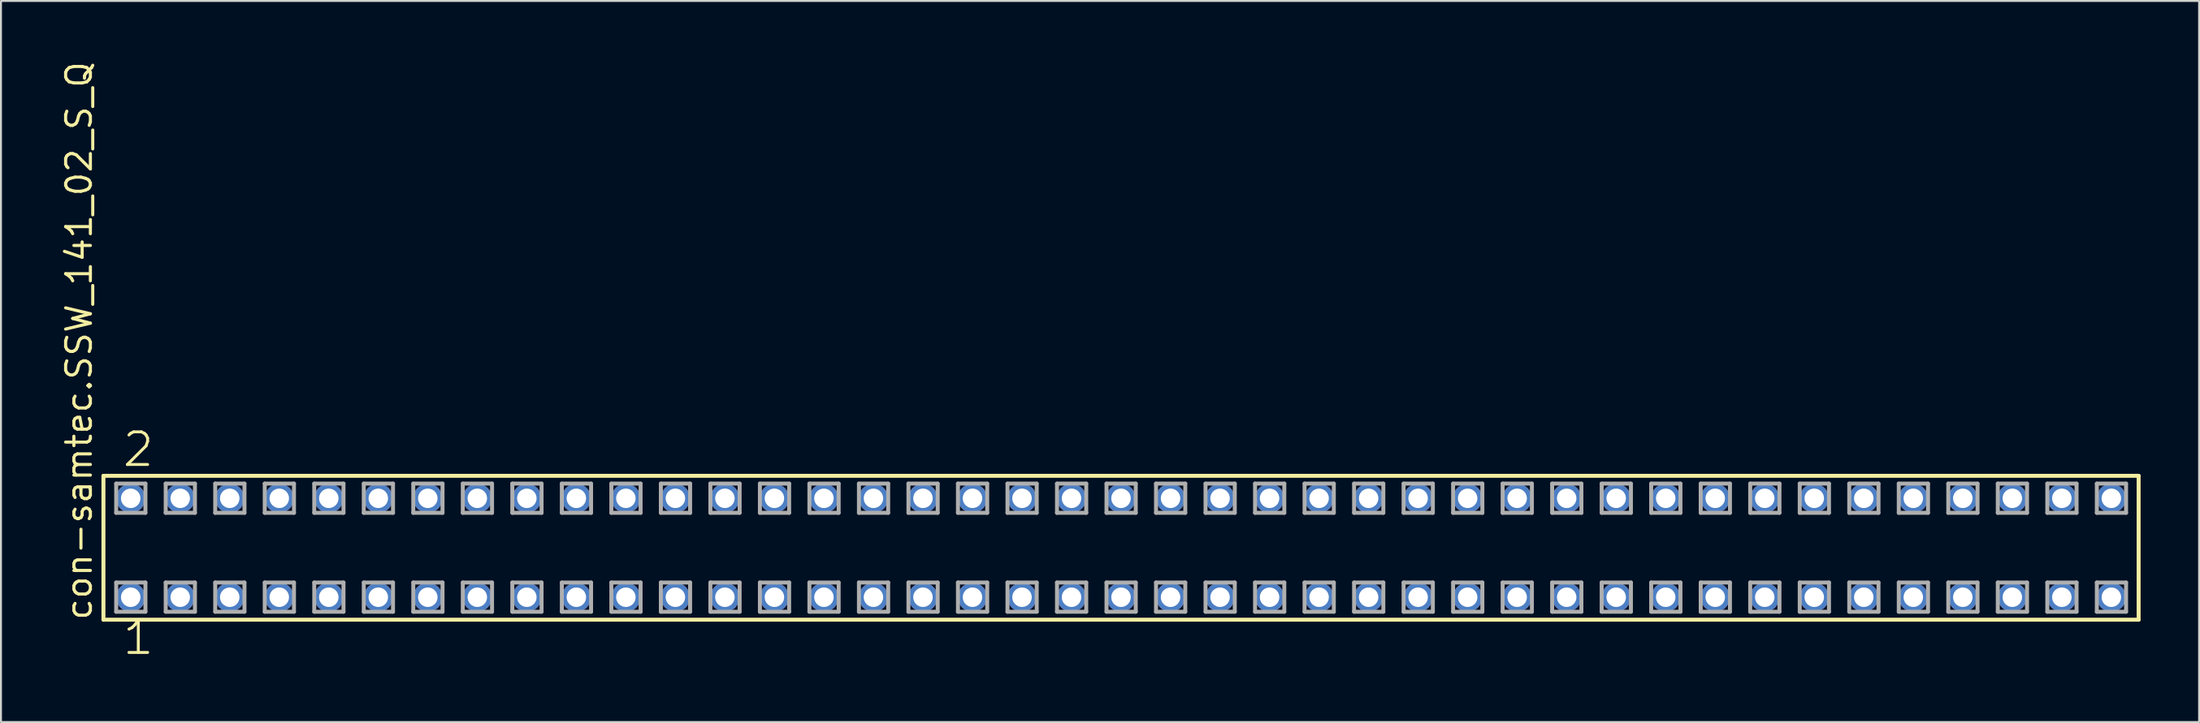
<source format=kicad_pcb>
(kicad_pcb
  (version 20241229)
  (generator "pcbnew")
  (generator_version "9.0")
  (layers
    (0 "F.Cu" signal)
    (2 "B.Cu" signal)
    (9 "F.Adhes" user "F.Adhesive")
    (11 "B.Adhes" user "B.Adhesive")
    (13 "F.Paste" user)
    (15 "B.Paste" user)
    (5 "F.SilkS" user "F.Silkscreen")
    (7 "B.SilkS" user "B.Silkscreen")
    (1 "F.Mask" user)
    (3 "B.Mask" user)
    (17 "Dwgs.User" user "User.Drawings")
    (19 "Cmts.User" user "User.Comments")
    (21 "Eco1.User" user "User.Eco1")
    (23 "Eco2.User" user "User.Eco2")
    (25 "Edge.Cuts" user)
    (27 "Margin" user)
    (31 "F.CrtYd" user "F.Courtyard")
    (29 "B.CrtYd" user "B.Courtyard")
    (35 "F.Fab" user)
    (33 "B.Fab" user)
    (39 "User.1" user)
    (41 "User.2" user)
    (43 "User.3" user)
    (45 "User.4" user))
  (footprint "con-samtec.SSW_141_02_S_Q"
    (layer "F.Cu")
    (at 54.455 25.082)
    (property "Reference" "con-samtec.SSW_141_02_S_Q" (at -52.705 3.81 90) (layer "F.SilkS") (effects (font (size 1.27 1.27) (thickness 0.16)) (justify left bottom)))
    (attr through_hole)
    (fp_line (start -52.199 -3.695) (end 52.199 -3.695) (stroke (width 0.203) (type default)) (layer "F.SilkS"))
    (fp_line (start -52.199 3.695) (end -52.199 -3.695) (stroke (width 0.203) (type default)) (layer "F.SilkS"))
    (fp_line (start 52.199 -3.695) (end 52.199 3.695) (stroke (width 0.203) (type default)) (layer "F.SilkS"))
    (fp_line (start 52.199 3.695) (end -52.199 3.695) (stroke (width 0.203) (type default)) (layer "F.SilkS"))
    (fp_line (start -51.545 -3.295) (end -50.045 -3.295) (stroke (width 0.203) (type default)) (layer "F.Fab"))
    (fp_line (start -51.545 -1.795) (end -51.545 -3.295) (stroke (width 0.203) (type default)) (layer "F.Fab"))
    (fp_line (start -51.545 1.785) (end -50.045 1.785) (stroke (width 0.203) (type default)) (layer "F.Fab"))
    (fp_line (start -51.545 3.285) (end -51.545 1.785) (stroke (width 0.203) (type default)) (layer "F.Fab"))
    (fp_line (start -50.045 -3.295) (end -50.045 -1.795) (stroke (width 0.203) (type default)) (layer "F.Fab"))
    (fp_line (start -50.045 -1.795) (end -51.545 -1.795) (stroke (width 0.203) (type default)) (layer "F.Fab"))
    (fp_line (start -50.045 1.785) (end -50.045 3.285) (stroke (width 0.203) (type default)) (layer "F.Fab"))
    (fp_line (start -50.045 3.285) (end -51.545 3.285) (stroke (width 0.203) (type default)) (layer "F.Fab"))
    (fp_line (start -49.005 -3.295) (end -47.505 -3.295) (stroke (width 0.203) (type default)) (layer "F.Fab"))
    (fp_line (start -49.005 -1.795) (end -49.005 -3.295) (stroke (width 0.203) (type default)) (layer "F.Fab"))
    (fp_line (start -49.005 1.785) (end -47.505 1.785) (stroke (width 0.203) (type default)) (layer "F.Fab"))
    (fp_line (start -49.005 3.285) (end -49.005 1.785) (stroke (width 0.203) (type default)) (layer "F.Fab"))
    (fp_line (start -47.505 -3.295) (end -47.505 -1.795) (stroke (width 0.203) (type default)) (layer "F.Fab"))
    (fp_line (start -47.505 -1.795) (end -49.005 -1.795) (stroke (width 0.203) (type default)) (layer "F.Fab"))
    (fp_line (start -47.505 1.785) (end -47.505 3.285) (stroke (width 0.203) (type default)) (layer "F.Fab"))
    (fp_line (start -47.505 3.285) (end -49.005 3.285) (stroke (width 0.203) (type default)) (layer "F.Fab"))
    (fp_line (start -46.465 -3.295) (end -44.965 -3.295) (stroke (width 0.203) (type default)) (layer "F.Fab"))
    (fp_line (start -46.465 -1.795) (end -46.465 -3.295) (stroke (width 0.203) (type default)) (layer "F.Fab"))
    (fp_line (start -46.465 1.785) (end -44.965 1.785) (stroke (width 0.203) (type default)) (layer "F.Fab"))
    (fp_line (start -46.465 3.285) (end -46.465 1.785) (stroke (width 0.203) (type default)) (layer "F.Fab"))
    (fp_line (start -44.965 -3.295) (end -44.965 -1.795) (stroke (width 0.203) (type default)) (layer "F.Fab"))
    (fp_line (start -44.965 -1.795) (end -46.465 -1.795) (stroke (width 0.203) (type default)) (layer "F.Fab"))
    (fp_line (start -44.965 1.785) (end -44.965 3.285) (stroke (width 0.203) (type default)) (layer "F.Fab"))
    (fp_line (start -44.965 3.285) (end -46.465 3.285) (stroke (width 0.203) (type default)) (layer "F.Fab"))
    (fp_line (start -43.925 -3.295) (end -42.425 -3.295) (stroke (width 0.203) (type default)) (layer "F.Fab"))
    (fp_line (start -43.925 -1.795) (end -43.925 -3.295) (stroke (width 0.203) (type default)) (layer "F.Fab"))
    (fp_line (start -43.925 1.785) (end -42.425 1.785) (stroke (width 0.203) (type default)) (layer "F.Fab"))
    (fp_line (start -43.925 3.285) (end -43.925 1.785) (stroke (width 0.203) (type default)) (layer "F.Fab"))
    (fp_line (start -42.425 -3.295) (end -42.425 -1.795) (stroke (width 0.203) (type default)) (layer "F.Fab"))
    (fp_line (start -42.425 -1.795) (end -43.925 -1.795) (stroke (width 0.203) (type default)) (layer "F.Fab"))
    (fp_line (start -42.425 1.785) (end -42.425 3.285) (stroke (width 0.203) (type default)) (layer "F.Fab"))
    (fp_line (start -42.425 3.285) (end -43.925 3.285) (stroke (width 0.203) (type default)) (layer "F.Fab"))
    (fp_line (start -41.385 -3.295) (end -39.885 -3.295) (stroke (width 0.203) (type default)) (layer "F.Fab"))
    (fp_line (start -41.385 -1.795) (end -41.385 -3.295) (stroke (width 0.203) (type default)) (layer "F.Fab"))
    (fp_line (start -41.385 1.785) (end -39.885 1.785) (stroke (width 0.203) (type default)) (layer "F.Fab"))
    (fp_line (start -41.385 3.285) (end -41.385 1.785) (stroke (width 0.203) (type default)) (layer "F.Fab"))
    (fp_line (start -39.885 -3.295) (end -39.885 -1.795) (stroke (width 0.203) (type default)) (layer "F.Fab"))
    (fp_line (start -39.885 -1.795) (end -41.385 -1.795) (stroke (width 0.203) (type default)) (layer "F.Fab"))
    (fp_line (start -39.885 1.785) (end -39.885 3.285) (stroke (width 0.203) (type default)) (layer "F.Fab"))
    (fp_line (start -39.885 3.285) (end -41.385 3.285) (stroke (width 0.203) (type default)) (layer "F.Fab"))
    (fp_line (start -38.845 -3.295) (end -37.345 -3.295) (stroke (width 0.203) (type default)) (layer "F.Fab"))
    (fp_line (start -38.845 -1.795) (end -38.845 -3.295) (stroke (width 0.203) (type default)) (layer "F.Fab"))
    (fp_line (start -38.845 1.785) (end -37.345 1.785) (stroke (width 0.203) (type default)) (layer "F.Fab"))
    (fp_line (start -38.845 3.285) (end -38.845 1.785) (stroke (width 0.203) (type default)) (layer "F.Fab"))
    (fp_line (start -37.345 -3.295) (end -37.345 -1.795) (stroke (width 0.203) (type default)) (layer "F.Fab"))
    (fp_line (start -37.345 -1.795) (end -38.845 -1.795) (stroke (width 0.203) (type default)) (layer "F.Fab"))
    (fp_line (start -37.345 1.785) (end -37.345 3.285) (stroke (width 0.203) (type default)) (layer "F.Fab"))
    (fp_line (start -37.345 3.285) (end -38.845 3.285) (stroke (width 0.203) (type default)) (layer "F.Fab"))
    (fp_line (start -36.305 -3.295) (end -34.805 -3.295) (stroke (width 0.203) (type default)) (layer "F.Fab"))
    (fp_line (start -36.305 -1.795) (end -36.305 -3.295) (stroke (width 0.203) (type default)) (layer "F.Fab"))
    (fp_line (start -36.305 1.785) (end -34.805 1.785) (stroke (width 0.203) (type default)) (layer "F.Fab"))
    (fp_line (start -36.305 3.285) (end -36.305 1.785) (stroke (width 0.203) (type default)) (layer "F.Fab"))
    (fp_line (start -34.805 -3.295) (end -34.805 -1.795) (stroke (width 0.203) (type default)) (layer "F.Fab"))
    (fp_line (start -34.805 -1.795) (end -36.305 -1.795) (stroke (width 0.203) (type default)) (layer "F.Fab"))
    (fp_line (start -34.805 1.785) (end -34.805 3.285) (stroke (width 0.203) (type default)) (layer "F.Fab"))
    (fp_line (start -34.805 3.285) (end -36.305 3.285) (stroke (width 0.203) (type default)) (layer "F.Fab"))
    (fp_line (start -33.765 -3.295) (end -32.265 -3.295) (stroke (width 0.203) (type default)) (layer "F.Fab"))
    (fp_line (start -33.765 -1.795) (end -33.765 -3.295) (stroke (width 0.203) (type default)) (layer "F.Fab"))
    (fp_line (start -33.765 1.785) (end -32.265 1.785) (stroke (width 0.203) (type default)) (layer "F.Fab"))
    (fp_line (start -33.765 3.285) (end -33.765 1.785) (stroke (width 0.203) (type default)) (layer "F.Fab"))
    (fp_line (start -32.265 -3.295) (end -32.265 -1.795) (stroke (width 0.203) (type default)) (layer "F.Fab"))
    (fp_line (start -32.265 -1.795) (end -33.765 -1.795) (stroke (width 0.203) (type default)) (layer "F.Fab"))
    (fp_line (start -32.265 1.785) (end -32.265 3.285) (stroke (width 0.203) (type default)) (layer "F.Fab"))
    (fp_line (start -32.265 3.285) (end -33.765 3.285) (stroke (width 0.203) (type default)) (layer "F.Fab"))
    (fp_line (start -31.225 -3.295) (end -29.725 -3.295) (stroke (width 0.203) (type default)) (layer "F.Fab"))
    (fp_line (start -31.225 -1.795) (end -31.225 -3.295) (stroke (width 0.203) (type default)) (layer "F.Fab"))
    (fp_line (start -31.225 1.785) (end -29.725 1.785) (stroke (width 0.203) (type default)) (layer "F.Fab"))
    (fp_line (start -31.225 3.285) (end -31.225 1.785) (stroke (width 0.203) (type default)) (layer "F.Fab"))
    (fp_line (start -29.725 -3.295) (end -29.725 -1.795) (stroke (width 0.203) (type default)) (layer "F.Fab"))
    (fp_line (start -29.725 -1.795) (end -31.225 -1.795) (stroke (width 0.203) (type default)) (layer "F.Fab"))
    (fp_line (start -29.725 1.785) (end -29.725 3.285) (stroke (width 0.203) (type default)) (layer "F.Fab"))
    (fp_line (start -29.725 3.285) (end -31.225 3.285) (stroke (width 0.203) (type default)) (layer "F.Fab"))
    (fp_line (start -28.685 -3.295) (end -27.185 -3.295) (stroke (width 0.203) (type default)) (layer "F.Fab"))
    (fp_line (start -28.685 -1.795) (end -28.685 -3.295) (stroke (width 0.203) (type default)) (layer "F.Fab"))
    (fp_line (start -28.685 1.785) (end -27.185 1.785) (stroke (width 0.203) (type default)) (layer "F.Fab"))
    (fp_line (start -28.685 3.285) (end -28.685 1.785) (stroke (width 0.203) (type default)) (layer "F.Fab"))
    (fp_line (start -27.185 -3.295) (end -27.185 -1.795) (stroke (width 0.203) (type default)) (layer "F.Fab"))
    (fp_line (start -27.185 -1.795) (end -28.685 -1.795) (stroke (width 0.203) (type default)) (layer "F.Fab"))
    (fp_line (start -27.185 1.785) (end -27.185 3.285) (stroke (width 0.203) (type default)) (layer "F.Fab"))
    (fp_line (start -27.185 3.285) (end -28.685 3.285) (stroke (width 0.203) (type default)) (layer "F.Fab"))
    (fp_line (start -26.145 -3.295) (end -24.645 -3.295) (stroke (width 0.203) (type default)) (layer "F.Fab"))
    (fp_line (start -26.145 -1.795) (end -26.145 -3.295) (stroke (width 0.203) (type default)) (layer "F.Fab"))
    (fp_line (start -26.145 1.785) (end -24.645 1.785) (stroke (width 0.203) (type default)) (layer "F.Fab"))
    (fp_line (start -26.145 3.285) (end -26.145 1.785) (stroke (width 0.203) (type default)) (layer "F.Fab"))
    (fp_line (start -24.645 -3.295) (end -24.645 -1.795) (stroke (width 0.203) (type default)) (layer "F.Fab"))
    (fp_line (start -24.645 -1.795) (end -26.145 -1.795) (stroke (width 0.203) (type default)) (layer "F.Fab"))
    (fp_line (start -24.645 1.785) (end -24.645 3.285) (stroke (width 0.203) (type default)) (layer "F.Fab"))
    (fp_line (start -24.645 3.285) (end -26.145 3.285) (stroke (width 0.203) (type default)) (layer "F.Fab"))
    (fp_line (start -23.605 -3.295) (end -22.105 -3.295) (stroke (width 0.203) (type default)) (layer "F.Fab"))
    (fp_line (start -23.605 -1.795) (end -23.605 -3.295) (stroke (width 0.203) (type default)) (layer "F.Fab"))
    (fp_line (start -23.605 1.785) (end -22.105 1.785) (stroke (width 0.203) (type default)) (layer "F.Fab"))
    (fp_line (start -23.605 3.285) (end -23.605 1.785) (stroke (width 0.203) (type default)) (layer "F.Fab"))
    (fp_line (start -22.105 -3.295) (end -22.105 -1.795) (stroke (width 0.203) (type default)) (layer "F.Fab"))
    (fp_line (start -22.105 -1.795) (end -23.605 -1.795) (stroke (width 0.203) (type default)) (layer "F.Fab"))
    (fp_line (start -22.105 1.785) (end -22.105 3.285) (stroke (width 0.203) (type default)) (layer "F.Fab"))
    (fp_line (start -22.105 3.285) (end -23.605 3.285) (stroke (width 0.203) (type default)) (layer "F.Fab"))
    (fp_line (start -21.065 -3.295) (end -19.565 -3.295) (stroke (width 0.203) (type default)) (layer "F.Fab"))
    (fp_line (start -21.065 -1.795) (end -21.065 -3.295) (stroke (width 0.203) (type default)) (layer "F.Fab"))
    (fp_line (start -21.065 1.785) (end -19.565 1.785) (stroke (width 0.203) (type default)) (layer "F.Fab"))
    (fp_line (start -21.065 3.285) (end -21.065 1.785) (stroke (width 0.203) (type default)) (layer "F.Fab"))
    (fp_line (start -19.565 -3.295) (end -19.565 -1.795) (stroke (width 0.203) (type default)) (layer "F.Fab"))
    (fp_line (start -19.565 -1.795) (end -21.065 -1.795) (stroke (width 0.203) (type default)) (layer "F.Fab"))
    (fp_line (start -19.565 1.785) (end -19.565 3.285) (stroke (width 0.203) (type default)) (layer "F.Fab"))
    (fp_line (start -19.565 3.285) (end -21.065 3.285) (stroke (width 0.203) (type default)) (layer "F.Fab"))
    (fp_line (start -18.525 -3.295) (end -17.025 -3.295) (stroke (width 0.203) (type default)) (layer "F.Fab"))
    (fp_line (start -18.525 -1.795) (end -18.525 -3.295) (stroke (width 0.203) (type default)) (layer "F.Fab"))
    (fp_line (start -18.525 1.785) (end -17.025 1.785) (stroke (width 0.203) (type default)) (layer "F.Fab"))
    (fp_line (start -18.525 3.285) (end -18.525 1.785) (stroke (width 0.203) (type default)) (layer "F.Fab"))
    (fp_line (start -17.025 -3.295) (end -17.025 -1.795) (stroke (width 0.203) (type default)) (layer "F.Fab"))
    (fp_line (start -17.025 -1.795) (end -18.525 -1.795) (stroke (width 0.203) (type default)) (layer "F.Fab"))
    (fp_line (start -17.025 1.785) (end -17.025 3.285) (stroke (width 0.203) (type default)) (layer "F.Fab"))
    (fp_line (start -17.025 3.285) (end -18.525 3.285) (stroke (width 0.203) (type default)) (layer "F.Fab"))
    (fp_line (start -15.985 -3.295) (end -14.485 -3.295) (stroke (width 0.203) (type default)) (layer "F.Fab"))
    (fp_line (start -15.985 -1.795) (end -15.985 -3.295) (stroke (width 0.203) (type default)) (layer "F.Fab"))
    (fp_line (start -15.985 1.785) (end -14.485 1.785) (stroke (width 0.203) (type default)) (layer "F.Fab"))
    (fp_line (start -15.985 3.285) (end -15.985 1.785) (stroke (width 0.203) (type default)) (layer "F.Fab"))
    (fp_line (start -14.485 -3.295) (end -14.485 -1.795) (stroke (width 0.203) (type default)) (layer "F.Fab"))
    (fp_line (start -14.485 -1.795) (end -15.985 -1.795) (stroke (width 0.203) (type default)) (layer "F.Fab"))
    (fp_line (start -14.485 1.785) (end -14.485 3.285) (stroke (width 0.203) (type default)) (layer "F.Fab"))
    (fp_line (start -14.485 3.285) (end -15.985 3.285) (stroke (width 0.203) (type default)) (layer "F.Fab"))
    (fp_line (start -13.445 -3.295) (end -11.945 -3.295) (stroke (width 0.203) (type default)) (layer "F.Fab"))
    (fp_line (start -13.445 -1.795) (end -13.445 -3.295) (stroke (width 0.203) (type default)) (layer "F.Fab"))
    (fp_line (start -13.445 1.785) (end -11.945 1.785) (stroke (width 0.203) (type default)) (layer "F.Fab"))
    (fp_line (start -13.445 3.285) (end -13.445 1.785) (stroke (width 0.203) (type default)) (layer "F.Fab"))
    (fp_line (start -11.945 -3.295) (end -11.945 -1.795) (stroke (width 0.203) (type default)) (layer "F.Fab"))
    (fp_line (start -11.945 -1.795) (end -13.445 -1.795) (stroke (width 0.203) (type default)) (layer "F.Fab"))
    (fp_line (start -11.945 1.785) (end -11.945 3.285) (stroke (width 0.203) (type default)) (layer "F.Fab"))
    (fp_line (start -11.945 3.285) (end -13.445 3.285) (stroke (width 0.203) (type default)) (layer "F.Fab"))
    (fp_line (start -10.905 -3.295) (end -9.405 -3.295) (stroke (width 0.203) (type default)) (layer "F.Fab"))
    (fp_line (start -10.905 -1.795) (end -10.905 -3.295) (stroke (width 0.203) (type default)) (layer "F.Fab"))
    (fp_line (start -10.905 1.785) (end -9.405 1.785) (stroke (width 0.203) (type default)) (layer "F.Fab"))
    (fp_line (start -10.905 3.285) (end -10.905 1.785) (stroke (width 0.203) (type default)) (layer "F.Fab"))
    (fp_line (start -9.405 -3.295) (end -9.405 -1.795) (stroke (width 0.203) (type default)) (layer "F.Fab"))
    (fp_line (start -9.405 -1.795) (end -10.905 -1.795) (stroke (width 0.203) (type default)) (layer "F.Fab"))
    (fp_line (start -9.405 1.785) (end -9.405 3.285) (stroke (width 0.203) (type default)) (layer "F.Fab"))
    (fp_line (start -9.405 3.285) (end -10.905 3.285) (stroke (width 0.203) (type default)) (layer "F.Fab"))
    (fp_line (start -8.365 -3.295) (end -6.865 -3.295) (stroke (width 0.203) (type default)) (layer "F.Fab"))
    (fp_line (start -8.365 -1.795) (end -8.365 -3.295) (stroke (width 0.203) (type default)) (layer "F.Fab"))
    (fp_line (start -8.365 1.785) (end -6.865 1.785) (stroke (width 0.203) (type default)) (layer "F.Fab"))
    (fp_line (start -8.365 3.285) (end -8.365 1.785) (stroke (width 0.203) (type default)) (layer "F.Fab"))
    (fp_line (start -6.865 -3.295) (end -6.865 -1.795) (stroke (width 0.203) (type default)) (layer "F.Fab"))
    (fp_line (start -6.865 -1.795) (end -8.365 -1.795) (stroke (width 0.203) (type default)) (layer "F.Fab"))
    (fp_line (start -6.865 1.785) (end -6.865 3.285) (stroke (width 0.203) (type default)) (layer "F.Fab"))
    (fp_line (start -6.865 3.285) (end -8.365 3.285) (stroke (width 0.203) (type default)) (layer "F.Fab"))
    (fp_line (start -5.825 -3.295) (end -4.325 -3.295) (stroke (width 0.203) (type default)) (layer "F.Fab"))
    (fp_line (start -5.825 -1.795) (end -5.825 -3.295) (stroke (width 0.203) (type default)) (layer "F.Fab"))
    (fp_line (start -5.825 1.785) (end -4.325 1.785) (stroke (width 0.203) (type default)) (layer "F.Fab"))
    (fp_line (start -5.825 3.285) (end -5.825 1.785) (stroke (width 0.203) (type default)) (layer "F.Fab"))
    (fp_line (start -4.325 -3.295) (end -4.325 -1.795) (stroke (width 0.203) (type default)) (layer "F.Fab"))
    (fp_line (start -4.325 -1.795) (end -5.825 -1.795) (stroke (width 0.203) (type default)) (layer "F.Fab"))
    (fp_line (start -4.325 1.785) (end -4.325 3.285) (stroke (width 0.203) (type default)) (layer "F.Fab"))
    (fp_line (start -4.325 3.285) (end -5.825 3.285) (stroke (width 0.203) (type default)) (layer "F.Fab"))
    (fp_line (start -3.285 -3.295) (end -1.785 -3.295) (stroke (width 0.203) (type default)) (layer "F.Fab"))
    (fp_line (start -3.285 -1.795) (end -3.285 -3.295) (stroke (width 0.203) (type default)) (layer "F.Fab"))
    (fp_line (start -3.285 1.785) (end -1.785 1.785) (stroke (width 0.203) (type default)) (layer "F.Fab"))
    (fp_line (start -3.285 3.285) (end -3.285 1.785) (stroke (width 0.203) (type default)) (layer "F.Fab"))
    (fp_line (start -1.785 -3.295) (end -1.785 -1.795) (stroke (width 0.203) (type default)) (layer "F.Fab"))
    (fp_line (start -1.785 -1.795) (end -3.285 -1.795) (stroke (width 0.203) (type default)) (layer "F.Fab"))
    (fp_line (start -1.785 1.785) (end -1.785 3.285) (stroke (width 0.203) (type default)) (layer "F.Fab"))
    (fp_line (start -1.785 3.285) (end -3.285 3.285) (stroke (width 0.203) (type default)) (layer "F.Fab"))
    (fp_line (start -0.745 -3.295) (end 0.755 -3.295) (stroke (width 0.203) (type default)) (layer "F.Fab"))
    (fp_line (start -0.745 -1.795) (end -0.745 -3.295) (stroke (width 0.203) (type default)) (layer "F.Fab"))
    (fp_line (start -0.745 1.785) (end 0.755 1.785) (stroke (width 0.203) (type default)) (layer "F.Fab"))
    (fp_line (start -0.745 3.285) (end -0.745 1.785) (stroke (width 0.203) (type default)) (layer "F.Fab"))
    (fp_line (start 0.755 -3.295) (end 0.755 -1.795) (stroke (width 0.203) (type default)) (layer "F.Fab"))
    (fp_line (start 0.755 -1.795) (end -0.745 -1.795) (stroke (width 0.203) (type default)) (layer "F.Fab"))
    (fp_line (start 0.755 1.785) (end 0.755 3.285) (stroke (width 0.203) (type default)) (layer "F.Fab"))
    (fp_line (start 0.755 3.285) (end -0.745 3.285) (stroke (width 0.203) (type default)) (layer "F.Fab"))
    (fp_line (start 1.795 -3.295) (end 3.295 -3.295) (stroke (width 0.203) (type default)) (layer "F.Fab"))
    (fp_line (start 1.795 -1.795) (end 1.795 -3.295) (stroke (width 0.203) (type default)) (layer "F.Fab"))
    (fp_line (start 1.795 1.785) (end 3.295 1.785) (stroke (width 0.203) (type default)) (layer "F.Fab"))
    (fp_line (start 1.795 3.285) (end 1.795 1.785) (stroke (width 0.203) (type default)) (layer "F.Fab"))
    (fp_line (start 3.295 -3.295) (end 3.295 -1.795) (stroke (width 0.203) (type default)) (layer "F.Fab"))
    (fp_line (start 3.295 -1.795) (end 1.795 -1.795) (stroke (width 0.203) (type default)) (layer "F.Fab"))
    (fp_line (start 3.295 1.785) (end 3.295 3.285) (stroke (width 0.203) (type default)) (layer "F.Fab"))
    (fp_line (start 3.295 3.285) (end 1.795 3.285) (stroke (width 0.203) (type default)) (layer "F.Fab"))
    (fp_line (start 4.335 -3.295) (end 5.835 -3.295) (stroke (width 0.203) (type default)) (layer "F.Fab"))
    (fp_line (start 4.335 -1.795) (end 4.335 -3.295) (stroke (width 0.203) (type default)) (layer "F.Fab"))
    (fp_line (start 4.335 1.785) (end 5.835 1.785) (stroke (width 0.203) (type default)) (layer "F.Fab"))
    (fp_line (start 4.335 3.285) (end 4.335 1.785) (stroke (width 0.203) (type default)) (layer "F.Fab"))
    (fp_line (start 5.835 -3.295) (end 5.835 -1.795) (stroke (width 0.203) (type default)) (layer "F.Fab"))
    (fp_line (start 5.835 -1.795) (end 4.335 -1.795) (stroke (width 0.203) (type default)) (layer "F.Fab"))
    (fp_line (start 5.835 1.785) (end 5.835 3.285) (stroke (width 0.203) (type default)) (layer "F.Fab"))
    (fp_line (start 5.835 3.285) (end 4.335 3.285) (stroke (width 0.203) (type default)) (layer "F.Fab"))
    (fp_line (start 6.875 -3.295) (end 8.375 -3.295) (stroke (width 0.203) (type default)) (layer "F.Fab"))
    (fp_line (start 6.875 -1.795) (end 6.875 -3.295) (stroke (width 0.203) (type default)) (layer "F.Fab"))
    (fp_line (start 6.875 1.785) (end 8.375 1.785) (stroke (width 0.203) (type default)) (layer "F.Fab"))
    (fp_line (start 6.875 3.285) (end 6.875 1.785) (stroke (width 0.203) (type default)) (layer "F.Fab"))
    (fp_line (start 8.375 -3.295) (end 8.375 -1.795) (stroke (width 0.203) (type default)) (layer "F.Fab"))
    (fp_line (start 8.375 -1.795) (end 6.875 -1.795) (stroke (width 0.203) (type default)) (layer "F.Fab"))
    (fp_line (start 8.375 1.785) (end 8.375 3.285) (stroke (width 0.203) (type default)) (layer "F.Fab"))
    (fp_line (start 8.375 3.285) (end 6.875 3.285) (stroke (width 0.203) (type default)) (layer "F.Fab"))
    (fp_line (start 9.415 -3.295) (end 10.915 -3.295) (stroke (width 0.203) (type default)) (layer "F.Fab"))
    (fp_line (start 9.415 -1.795) (end 9.415 -3.295) (stroke (width 0.203) (type default)) (layer "F.Fab"))
    (fp_line (start 9.415 1.785) (end 10.915 1.785) (stroke (width 0.203) (type default)) (layer "F.Fab"))
    (fp_line (start 9.415 3.285) (end 9.415 1.785) (stroke (width 0.203) (type default)) (layer "F.Fab"))
    (fp_line (start 10.915 -3.295) (end 10.915 -1.795) (stroke (width 0.203) (type default)) (layer "F.Fab"))
    (fp_line (start 10.915 -1.795) (end 9.415 -1.795) (stroke (width 0.203) (type default)) (layer "F.Fab"))
    (fp_line (start 10.915 1.785) (end 10.915 3.285) (stroke (width 0.203) (type default)) (layer "F.Fab"))
    (fp_line (start 10.915 3.285) (end 9.415 3.285) (stroke (width 0.203) (type default)) (layer "F.Fab"))
    (fp_line (start 11.955 -3.295) (end 13.455 -3.295) (stroke (width 0.203) (type default)) (layer "F.Fab"))
    (fp_line (start 11.955 -1.795) (end 11.955 -3.295) (stroke (width 0.203) (type default)) (layer "F.Fab"))
    (fp_line (start 11.955 1.785) (end 13.455 1.785) (stroke (width 0.203) (type default)) (layer "F.Fab"))
    (fp_line (start 11.955 3.285) (end 11.955 1.785) (stroke (width 0.203) (type default)) (layer "F.Fab"))
    (fp_line (start 13.455 -3.295) (end 13.455 -1.795) (stroke (width 0.203) (type default)) (layer "F.Fab"))
    (fp_line (start 13.455 -1.795) (end 11.955 -1.795) (stroke (width 0.203) (type default)) (layer "F.Fab"))
    (fp_line (start 13.455 1.785) (end 13.455 3.285) (stroke (width 0.203) (type default)) (layer "F.Fab"))
    (fp_line (start 13.455 3.285) (end 11.955 3.285) (stroke (width 0.203) (type default)) (layer "F.Fab"))
    (fp_line (start 14.495 -3.295) (end 15.995 -3.295) (stroke (width 0.203) (type default)) (layer "F.Fab"))
    (fp_line (start 14.495 -1.795) (end 14.495 -3.295) (stroke (width 0.203) (type default)) (layer "F.Fab"))
    (fp_line (start 14.495 1.785) (end 15.995 1.785) (stroke (width 0.203) (type default)) (layer "F.Fab"))
    (fp_line (start 14.495 3.285) (end 14.495 1.785) (stroke (width 0.203) (type default)) (layer "F.Fab"))
    (fp_line (start 15.995 -3.295) (end 15.995 -1.795) (stroke (width 0.203) (type default)) (layer "F.Fab"))
    (fp_line (start 15.995 -1.795) (end 14.495 -1.795) (stroke (width 0.203) (type default)) (layer "F.Fab"))
    (fp_line (start 15.995 1.785) (end 15.995 3.285) (stroke (width 0.203) (type default)) (layer "F.Fab"))
    (fp_line (start 15.995 3.285) (end 14.495 3.285) (stroke (width 0.203) (type default)) (layer "F.Fab"))
    (fp_line (start 17.035 -3.295) (end 18.535 -3.295) (stroke (width 0.203) (type default)) (layer "F.Fab"))
    (fp_line (start 17.035 -1.795) (end 17.035 -3.295) (stroke (width 0.203) (type default)) (layer "F.Fab"))
    (fp_line (start 17.035 1.785) (end 18.535 1.785) (stroke (width 0.203) (type default)) (layer "F.Fab"))
    (fp_line (start 17.035 3.285) (end 17.035 1.785) (stroke (width 0.203) (type default)) (layer "F.Fab"))
    (fp_line (start 18.535 -3.295) (end 18.535 -1.795) (stroke (width 0.203) (type default)) (layer "F.Fab"))
    (fp_line (start 18.535 -1.795) (end 17.035 -1.795) (stroke (width 0.203) (type default)) (layer "F.Fab"))
    (fp_line (start 18.535 1.785) (end 18.535 3.285) (stroke (width 0.203) (type default)) (layer "F.Fab"))
    (fp_line (start 18.535 3.285) (end 17.035 3.285) (stroke (width 0.203) (type default)) (layer "F.Fab"))
    (fp_line (start 19.575 -3.295) (end 21.075 -3.295) (stroke (width 0.203) (type default)) (layer "F.Fab"))
    (fp_line (start 19.575 -1.795) (end 19.575 -3.295) (stroke (width 0.203) (type default)) (layer "F.Fab"))
    (fp_line (start 19.575 1.785) (end 21.075 1.785) (stroke (width 0.203) (type default)) (layer "F.Fab"))
    (fp_line (start 19.575 3.285) (end 19.575 1.785) (stroke (width 0.203) (type default)) (layer "F.Fab"))
    (fp_line (start 21.075 -3.295) (end 21.075 -1.795) (stroke (width 0.203) (type default)) (layer "F.Fab"))
    (fp_line (start 21.075 -1.795) (end 19.575 -1.795) (stroke (width 0.203) (type default)) (layer "F.Fab"))
    (fp_line (start 21.075 1.785) (end 21.075 3.285) (stroke (width 0.203) (type default)) (layer "F.Fab"))
    (fp_line (start 21.075 3.285) (end 19.575 3.285) (stroke (width 0.203) (type default)) (layer "F.Fab"))
    (fp_line (start 22.115 -3.295) (end 23.615 -3.295) (stroke (width 0.203) (type default)) (layer "F.Fab"))
    (fp_line (start 22.115 -1.795) (end 22.115 -3.295) (stroke (width 0.203) (type default)) (layer "F.Fab"))
    (fp_line (start 22.115 1.785) (end 23.615 1.785) (stroke (width 0.203) (type default)) (layer "F.Fab"))
    (fp_line (start 22.115 3.285) (end 22.115 1.785) (stroke (width 0.203) (type default)) (layer "F.Fab"))
    (fp_line (start 23.615 -3.295) (end 23.615 -1.795) (stroke (width 0.203) (type default)) (layer "F.Fab"))
    (fp_line (start 23.615 -1.795) (end 22.115 -1.795) (stroke (width 0.203) (type default)) (layer "F.Fab"))
    (fp_line (start 23.615 1.785) (end 23.615 3.285) (stroke (width 0.203) (type default)) (layer "F.Fab"))
    (fp_line (start 23.615 3.285) (end 22.115 3.285) (stroke (width 0.203) (type default)) (layer "F.Fab"))
    (fp_line (start 24.655 -3.295) (end 26.155 -3.295) (stroke (width 0.203) (type default)) (layer "F.Fab"))
    (fp_line (start 24.655 -1.795) (end 24.655 -3.295) (stroke (width 0.203) (type default)) (layer "F.Fab"))
    (fp_line (start 24.655 1.785) (end 26.155 1.785) (stroke (width 0.203) (type default)) (layer "F.Fab"))
    (fp_line (start 24.655 3.285) (end 24.655 1.785) (stroke (width 0.203) (type default)) (layer "F.Fab"))
    (fp_line (start 26.155 -3.295) (end 26.155 -1.795) (stroke (width 0.203) (type default)) (layer "F.Fab"))
    (fp_line (start 26.155 -1.795) (end 24.655 -1.795) (stroke (width 0.203) (type default)) (layer "F.Fab"))
    (fp_line (start 26.155 1.785) (end 26.155 3.285) (stroke (width 0.203) (type default)) (layer "F.Fab"))
    (fp_line (start 26.155 3.285) (end 24.655 3.285) (stroke (width 0.203) (type default)) (layer "F.Fab"))
    (fp_line (start 27.195 -3.295) (end 28.695 -3.295) (stroke (width 0.203) (type default)) (layer "F.Fab"))
    (fp_line (start 27.195 -1.795) (end 27.195 -3.295) (stroke (width 0.203) (type default)) (layer "F.Fab"))
    (fp_line (start 27.195 1.785) (end 28.695 1.785) (stroke (width 0.203) (type default)) (layer "F.Fab"))
    (fp_line (start 27.195 3.285) (end 27.195 1.785) (stroke (width 0.203) (type default)) (layer "F.Fab"))
    (fp_line (start 28.695 -3.295) (end 28.695 -1.795) (stroke (width 0.203) (type default)) (layer "F.Fab"))
    (fp_line (start 28.695 -1.795) (end 27.195 -1.795) (stroke (width 0.203) (type default)) (layer "F.Fab"))
    (fp_line (start 28.695 1.785) (end 28.695 3.285) (stroke (width 0.203) (type default)) (layer "F.Fab"))
    (fp_line (start 28.695 3.285) (end 27.195 3.285) (stroke (width 0.203) (type default)) (layer "F.Fab"))
    (fp_line (start 29.735 -3.295) (end 31.235 -3.295) (stroke (width 0.203) (type default)) (layer "F.Fab"))
    (fp_line (start 29.735 -1.795) (end 29.735 -3.295) (stroke (width 0.203) (type default)) (layer "F.Fab"))
    (fp_line (start 29.735 1.785) (end 31.235 1.785) (stroke (width 0.203) (type default)) (layer "F.Fab"))
    (fp_line (start 29.735 3.285) (end 29.735 1.785) (stroke (width 0.203) (type default)) (layer "F.Fab"))
    (fp_line (start 31.235 -3.295) (end 31.235 -1.795) (stroke (width 0.203) (type default)) (layer "F.Fab"))
    (fp_line (start 31.235 -1.795) (end 29.735 -1.795) (stroke (width 0.203) (type default)) (layer "F.Fab"))
    (fp_line (start 31.235 1.785) (end 31.235 3.285) (stroke (width 0.203) (type default)) (layer "F.Fab"))
    (fp_line (start 31.235 3.285) (end 29.735 3.285) (stroke (width 0.203) (type default)) (layer "F.Fab"))
    (fp_line (start 32.275 -3.295) (end 33.775 -3.295) (stroke (width 0.203) (type default)) (layer "F.Fab"))
    (fp_line (start 32.275 -1.795) (end 32.275 -3.295) (stroke (width 0.203) (type default)) (layer "F.Fab"))
    (fp_line (start 32.275 1.785) (end 33.775 1.785) (stroke (width 0.203) (type default)) (layer "F.Fab"))
    (fp_line (start 32.275 3.285) (end 32.275 1.785) (stroke (width 0.203) (type default)) (layer "F.Fab"))
    (fp_line (start 33.775 -3.295) (end 33.775 -1.795) (stroke (width 0.203) (type default)) (layer "F.Fab"))
    (fp_line (start 33.775 -1.795) (end 32.275 -1.795) (stroke (width 0.203) (type default)) (layer "F.Fab"))
    (fp_line (start 33.775 1.785) (end 33.775 3.285) (stroke (width 0.203) (type default)) (layer "F.Fab"))
    (fp_line (start 33.775 3.285) (end 32.275 3.285) (stroke (width 0.203) (type default)) (layer "F.Fab"))
    (fp_line (start 34.815 -3.295) (end 36.315 -3.295) (stroke (width 0.203) (type default)) (layer "F.Fab"))
    (fp_line (start 34.815 -1.795) (end 34.815 -3.295) (stroke (width 0.203) (type default)) (layer "F.Fab"))
    (fp_line (start 34.815 1.785) (end 36.315 1.785) (stroke (width 0.203) (type default)) (layer "F.Fab"))
    (fp_line (start 34.815 3.285) (end 34.815 1.785) (stroke (width 0.203) (type default)) (layer "F.Fab"))
    (fp_line (start 36.315 -3.295) (end 36.315 -1.795) (stroke (width 0.203) (type default)) (layer "F.Fab"))
    (fp_line (start 36.315 -1.795) (end 34.815 -1.795) (stroke (width 0.203) (type default)) (layer "F.Fab"))
    (fp_line (start 36.315 1.785) (end 36.315 3.285) (stroke (width 0.203) (type default)) (layer "F.Fab"))
    (fp_line (start 36.315 3.285) (end 34.815 3.285) (stroke (width 0.203) (type default)) (layer "F.Fab"))
    (fp_line (start 37.355 -3.295) (end 38.855 -3.295) (stroke (width 0.203) (type default)) (layer "F.Fab"))
    (fp_line (start 37.355 -1.795) (end 37.355 -3.295) (stroke (width 0.203) (type default)) (layer "F.Fab"))
    (fp_line (start 37.355 1.785) (end 38.855 1.785) (stroke (width 0.203) (type default)) (layer "F.Fab"))
    (fp_line (start 37.355 3.285) (end 37.355 1.785) (stroke (width 0.203) (type default)) (layer "F.Fab"))
    (fp_line (start 38.855 -3.295) (end 38.855 -1.795) (stroke (width 0.203) (type default)) (layer "F.Fab"))
    (fp_line (start 38.855 -1.795) (end 37.355 -1.795) (stroke (width 0.203) (type default)) (layer "F.Fab"))
    (fp_line (start 38.855 1.785) (end 38.855 3.285) (stroke (width 0.203) (type default)) (layer "F.Fab"))
    (fp_line (start 38.855 3.285) (end 37.355 3.285) (stroke (width 0.203) (type default)) (layer "F.Fab"))
    (fp_line (start 39.895 -3.295) (end 41.395 -3.295) (stroke (width 0.203) (type default)) (layer "F.Fab"))
    (fp_line (start 39.895 -1.795) (end 39.895 -3.295) (stroke (width 0.203) (type default)) (layer "F.Fab"))
    (fp_line (start 39.895 1.785) (end 41.395 1.785) (stroke (width 0.203) (type default)) (layer "F.Fab"))
    (fp_line (start 39.895 3.285) (end 39.895 1.785) (stroke (width 0.203) (type default)) (layer "F.Fab"))
    (fp_line (start 41.395 -3.295) (end 41.395 -1.795) (stroke (width 0.203) (type default)) (layer "F.Fab"))
    (fp_line (start 41.395 -1.795) (end 39.895 -1.795) (stroke (width 0.203) (type default)) (layer "F.Fab"))
    (fp_line (start 41.395 1.785) (end 41.395 3.285) (stroke (width 0.203) (type default)) (layer "F.Fab"))
    (fp_line (start 41.395 3.285) (end 39.895 3.285) (stroke (width 0.203) (type default)) (layer "F.Fab"))
    (fp_line (start 42.435 -3.295) (end 43.935 -3.295) (stroke (width 0.203) (type default)) (layer "F.Fab"))
    (fp_line (start 42.435 -1.795) (end 42.435 -3.295) (stroke (width 0.203) (type default)) (layer "F.Fab"))
    (fp_line (start 42.435 1.785) (end 43.935 1.785) (stroke (width 0.203) (type default)) (layer "F.Fab"))
    (fp_line (start 42.435 3.285) (end 42.435 1.785) (stroke (width 0.203) (type default)) (layer "F.Fab"))
    (fp_line (start 43.935 -3.295) (end 43.935 -1.795) (stroke (width 0.203) (type default)) (layer "F.Fab"))
    (fp_line (start 43.935 -1.795) (end 42.435 -1.795) (stroke (width 0.203) (type default)) (layer "F.Fab"))
    (fp_line (start 43.935 1.785) (end 43.935 3.285) (stroke (width 0.203) (type default)) (layer "F.Fab"))
    (fp_line (start 43.935 3.285) (end 42.435 3.285) (stroke (width 0.203) (type default)) (layer "F.Fab"))
    (fp_line (start 44.975 -3.295) (end 46.475 -3.295) (stroke (width 0.203) (type default)) (layer "F.Fab"))
    (fp_line (start 44.975 -1.795) (end 44.975 -3.295) (stroke (width 0.203) (type default)) (layer "F.Fab"))
    (fp_line (start 44.975 1.785) (end 46.475 1.785) (stroke (width 0.203) (type default)) (layer "F.Fab"))
    (fp_line (start 44.975 3.285) (end 44.975 1.785) (stroke (width 0.203) (type default)) (layer "F.Fab"))
    (fp_line (start 46.475 -3.295) (end 46.475 -1.795) (stroke (width 0.203) (type default)) (layer "F.Fab"))
    (fp_line (start 46.475 -1.795) (end 44.975 -1.795) (stroke (width 0.203) (type default)) (layer "F.Fab"))
    (fp_line (start 46.475 1.785) (end 46.475 3.285) (stroke (width 0.203) (type default)) (layer "F.Fab"))
    (fp_line (start 46.475 3.285) (end 44.975 3.285) (stroke (width 0.203) (type default)) (layer "F.Fab"))
    (fp_line (start 47.515 -3.295) (end 49.015 -3.295) (stroke (width 0.203) (type default)) (layer "F.Fab"))
    (fp_line (start 47.515 -1.795) (end 47.515 -3.295) (stroke (width 0.203) (type default)) (layer "F.Fab"))
    (fp_line (start 47.515 1.785) (end 49.015 1.785) (stroke (width 0.203) (type default)) (layer "F.Fab"))
    (fp_line (start 47.515 3.285) (end 47.515 1.785) (stroke (width 0.203) (type default)) (layer "F.Fab"))
    (fp_line (start 49.015 -3.295) (end 49.015 -1.795) (stroke (width 0.203) (type default)) (layer "F.Fab"))
    (fp_line (start 49.015 -1.795) (end 47.515 -1.795) (stroke (width 0.203) (type default)) (layer "F.Fab"))
    (fp_line (start 49.015 1.785) (end 49.015 3.285) (stroke (width 0.203) (type default)) (layer "F.Fab"))
    (fp_line (start 49.015 3.285) (end 47.515 3.285) (stroke (width 0.203) (type default)) (layer "F.Fab"))
    (fp_line (start 50.055 -3.295) (end 51.555 -3.295) (stroke (width 0.203) (type default)) (layer "F.Fab"))
    (fp_line (start 50.055 -1.795) (end 50.055 -3.295) (stroke (width 0.203) (type default)) (layer "F.Fab"))
    (fp_line (start 50.055 1.785) (end 51.555 1.785) (stroke (width 0.203) (type default)) (layer "F.Fab"))
    (fp_line (start 50.055 3.285) (end 50.055 1.785) (stroke (width 0.203) (type default)) (layer "F.Fab"))
    (fp_line (start 51.555 -3.295) (end 51.555 -1.795) (stroke (width 0.203) (type default)) (layer "F.Fab"))
    (fp_line (start 51.555 -1.795) (end 50.055 -1.795) (stroke (width 0.203) (type default)) (layer "F.Fab"))
    (fp_line (start 51.555 1.785) (end 51.555 3.285) (stroke (width 0.203) (type default)) (layer "F.Fab"))
    (fp_line (start 51.555 3.285) (end 50.055 3.285) (stroke (width 0.203) (type default)) (layer "F.Fab"))
    (fp_text user "1" (at -51.308 5.588 0) (layer "F.SilkS") (effects (font (size 1.676 1.676) (thickness 0.15)) (justify left bottom)))
    (fp_text user "2" (at -51.308 -4.064 0) (layer "F.SilkS") (effects (font (size 1.676 1.676) (thickness 0.15)) (justify left bottom)))
    (pad "1" thru_hole circle (at -50.8 2.54) (size 1.5 1.5) (drill 1) (layers "*.Cu" "*.Mask"))
    (pad "2" thru_hole circle (at -50.8 -2.54) (size 1.5 1.5) (drill 1) (layers "*.Cu" "*.Mask"))
    (pad "3" thru_hole circle (at -48.26 2.54) (size 1.5 1.5) (drill 1) (layers "*.Cu" "*.Mask"))
    (pad "4" thru_hole circle (at -48.26 -2.54) (size 1.5 1.5) (drill 1) (layers "*.Cu" "*.Mask"))
    (pad "5" thru_hole circle (at -45.72 2.54) (size 1.5 1.5) (drill 1) (layers "*.Cu" "*.Mask"))
    (pad "6" thru_hole circle (at -45.72 -2.54) (size 1.5 1.5) (drill 1) (layers "*.Cu" "*.Mask"))
    (pad "7" thru_hole circle (at -43.18 2.54) (size 1.5 1.5) (drill 1) (layers "*.Cu" "*.Mask"))
    (pad "8" thru_hole circle (at -43.18 -2.54) (size 1.5 1.5) (drill 1) (layers "*.Cu" "*.Mask"))
    (pad "9" thru_hole circle (at -40.64 2.54) (size 1.5 1.5) (drill 1) (layers "*.Cu" "*.Mask"))
    (pad "10" thru_hole circle (at -40.64 -2.54) (size 1.5 1.5) (drill 1) (layers "*.Cu" "*.Mask"))
    (pad "11" thru_hole circle (at -38.1 2.54) (size 1.5 1.5) (drill 1) (layers "*.Cu" "*.Mask"))
    (pad "12" thru_hole circle (at -38.1 -2.54) (size 1.5 1.5) (drill 1) (layers "*.Cu" "*.Mask"))
    (pad "13" thru_hole circle (at -35.56 2.54) (size 1.5 1.5) (drill 1) (layers "*.Cu" "*.Mask"))
    (pad "14" thru_hole circle (at -35.56 -2.54) (size 1.5 1.5) (drill 1) (layers "*.Cu" "*.Mask"))
    (pad "15" thru_hole circle (at -33.02 2.54) (size 1.5 1.5) (drill 1) (layers "*.Cu" "*.Mask"))
    (pad "16" thru_hole circle (at -33.02 -2.54) (size 1.5 1.5) (drill 1) (layers "*.Cu" "*.Mask"))
    (pad "17" thru_hole circle (at -30.48 2.54) (size 1.5 1.5) (drill 1) (layers "*.Cu" "*.Mask"))
    (pad "18" thru_hole circle (at -30.48 -2.54) (size 1.5 1.5) (drill 1) (layers "*.Cu" "*.Mask"))
    (pad "19" thru_hole circle (at -27.94 2.54) (size 1.5 1.5) (drill 1) (layers "*.Cu" "*.Mask"))
    (pad "20" thru_hole circle (at -27.94 -2.54) (size 1.5 1.5) (drill 1) (layers "*.Cu" "*.Mask"))
    (pad "21" thru_hole circle (at -25.4 2.54) (size 1.5 1.5) (drill 1) (layers "*.Cu" "*.Mask"))
    (pad "22" thru_hole circle (at -25.4 -2.54) (size 1.5 1.5) (drill 1) (layers "*.Cu" "*.Mask"))
    (pad "23" thru_hole circle (at -22.86 2.54) (size 1.5 1.5) (drill 1) (layers "*.Cu" "*.Mask"))
    (pad "24" thru_hole circle (at -22.86 -2.54) (size 1.5 1.5) (drill 1) (layers "*.Cu" "*.Mask"))
    (pad "25" thru_hole circle (at -20.32 2.54) (size 1.5 1.5) (drill 1) (layers "*.Cu" "*.Mask"))
    (pad "26" thru_hole circle (at -20.32 -2.54) (size 1.5 1.5) (drill 1) (layers "*.Cu" "*.Mask"))
    (pad "27" thru_hole circle (at -17.78 2.54) (size 1.5 1.5) (drill 1) (layers "*.Cu" "*.Mask"))
    (pad "28" thru_hole circle (at -17.78 -2.54) (size 1.5 1.5) (drill 1) (layers "*.Cu" "*.Mask"))
    (pad "29" thru_hole circle (at -15.24 2.54) (size 1.5 1.5) (drill 1) (layers "*.Cu" "*.Mask"))
    (pad "30" thru_hole circle (at -15.24 -2.54) (size 1.5 1.5) (drill 1) (layers "*.Cu" "*.Mask"))
    (pad "31" thru_hole circle (at -12.7 2.54) (size 1.5 1.5) (drill 1) (layers "*.Cu" "*.Mask"))
    (pad "32" thru_hole circle (at -12.7 -2.54) (size 1.5 1.5) (drill 1) (layers "*.Cu" "*.Mask"))
    (pad "33" thru_hole circle (at -10.16 2.54) (size 1.5 1.5) (drill 1) (layers "*.Cu" "*.Mask"))
    (pad "34" thru_hole circle (at -10.16 -2.54) (size 1.5 1.5) (drill 1) (layers "*.Cu" "*.Mask"))
    (pad "35" thru_hole circle (at -7.62 2.54) (size 1.5 1.5) (drill 1) (layers "*.Cu" "*.Mask"))
    (pad "36" thru_hole circle (at -7.62 -2.54) (size 1.5 1.5) (drill 1) (layers "*.Cu" "*.Mask"))
    (pad "37" thru_hole circle (at -5.08 2.54) (size 1.5 1.5) (drill 1) (layers "*.Cu" "*.Mask"))
    (pad "38" thru_hole circle (at -5.08 -2.54) (size 1.5 1.5) (drill 1) (layers "*.Cu" "*.Mask"))
    (pad "39" thru_hole circle (at -2.54 2.54) (size 1.5 1.5) (drill 1) (layers "*.Cu" "*.Mask"))
    (pad "40" thru_hole circle (at -2.54 -2.54) (size 1.5 1.5) (drill 1) (layers "*.Cu" "*.Mask"))
    (pad "41" thru_hole circle (at 0 2.54) (size 1.5 1.5) (drill 1) (layers "*.Cu" "*.Mask"))
    (pad "42" thru_hole circle (at 0 -2.54) (size 1.5 1.5) (drill 1) (layers "*.Cu" "*.Mask"))
    (pad "43" thru_hole circle (at 2.54 2.54) (size 1.5 1.5) (drill 1) (layers "*.Cu" "*.Mask"))
    (pad "44" thru_hole circle (at 2.54 -2.54) (size 1.5 1.5) (drill 1) (layers "*.Cu" "*.Mask"))
    (pad "45" thru_hole circle (at 5.08 2.54) (size 1.5 1.5) (drill 1) (layers "*.Cu" "*.Mask"))
    (pad "46" thru_hole circle (at 5.08 -2.54) (size 1.5 1.5) (drill 1) (layers "*.Cu" "*.Mask"))
    (pad "47" thru_hole circle (at 7.62 2.54) (size 1.5 1.5) (drill 1) (layers "*.Cu" "*.Mask"))
    (pad "48" thru_hole circle (at 7.62 -2.54) (size 1.5 1.5) (drill 1) (layers "*.Cu" "*.Mask"))
    (pad "49" thru_hole circle (at 10.16 2.54) (size 1.5 1.5) (drill 1) (layers "*.Cu" "*.Mask"))
    (pad "50" thru_hole circle (at 10.16 -2.54) (size 1.5 1.5) (drill 1) (layers "*.Cu" "*.Mask"))
    (pad "51" thru_hole circle (at 12.7 2.54) (size 1.5 1.5) (drill 1) (layers "*.Cu" "*.Mask"))
    (pad "52" thru_hole circle (at 12.7 -2.54) (size 1.5 1.5) (drill 1) (layers "*.Cu" "*.Mask"))
    (pad "53" thru_hole circle (at 15.24 2.54) (size 1.5 1.5) (drill 1) (layers "*.Cu" "*.Mask"))
    (pad "54" thru_hole circle (at 15.24 -2.54) (size 1.5 1.5) (drill 1) (layers "*.Cu" "*.Mask"))
    (pad "55" thru_hole circle (at 17.78 2.54) (size 1.5 1.5) (drill 1) (layers "*.Cu" "*.Mask"))
    (pad "56" thru_hole circle (at 17.78 -2.54) (size 1.5 1.5) (drill 1) (layers "*.Cu" "*.Mask"))
    (pad "57" thru_hole circle (at 20.32 2.54) (size 1.5 1.5) (drill 1) (layers "*.Cu" "*.Mask"))
    (pad "58" thru_hole circle (at 20.32 -2.54) (size 1.5 1.5) (drill 1) (layers "*.Cu" "*.Mask"))
    (pad "59" thru_hole circle (at 22.86 2.54) (size 1.5 1.5) (drill 1) (layers "*.Cu" "*.Mask"))
    (pad "60" thru_hole circle (at 22.86 -2.54) (size 1.5 1.5) (drill 1) (layers "*.Cu" "*.Mask"))
    (pad "61" thru_hole circle (at 25.4 2.54) (size 1.5 1.5) (drill 1) (layers "*.Cu" "*.Mask"))
    (pad "62" thru_hole circle (at 25.4 -2.54) (size 1.5 1.5) (drill 1) (layers "*.Cu" "*.Mask"))
    (pad "63" thru_hole circle (at 27.94 2.54) (size 1.5 1.5) (drill 1) (layers "*.Cu" "*.Mask"))
    (pad "64" thru_hole circle (at 27.94 -2.54) (size 1.5 1.5) (drill 1) (layers "*.Cu" "*.Mask"))
    (pad "65" thru_hole circle (at 30.48 2.54) (size 1.5 1.5) (drill 1) (layers "*.Cu" "*.Mask"))
    (pad "66" thru_hole circle (at 30.48 -2.54) (size 1.5 1.5) (drill 1) (layers "*.Cu" "*.Mask"))
    (pad "67" thru_hole circle (at 33.02 2.54) (size 1.5 1.5) (drill 1) (layers "*.Cu" "*.Mask"))
    (pad "68" thru_hole circle (at 33.02 -2.54) (size 1.5 1.5) (drill 1) (layers "*.Cu" "*.Mask"))
    (pad "69" thru_hole circle (at 35.56 2.54) (size 1.5 1.5) (drill 1) (layers "*.Cu" "*.Mask"))
    (pad "70" thru_hole circle (at 35.56 -2.54) (size 1.5 1.5) (drill 1) (layers "*.Cu" "*.Mask"))
    (pad "71" thru_hole circle (at 38.1 2.54) (size 1.5 1.5) (drill 1) (layers "*.Cu" "*.Mask"))
    (pad "72" thru_hole circle (at 38.1 -2.54) (size 1.5 1.5) (drill 1) (layers "*.Cu" "*.Mask"))
    (pad "73" thru_hole circle (at 40.64 2.54) (size 1.5 1.5) (drill 1) (layers "*.Cu" "*.Mask"))
    (pad "74" thru_hole circle (at 40.64 -2.54) (size 1.5 1.5) (drill 1) (layers "*.Cu" "*.Mask"))
    (pad "75" thru_hole circle (at 43.18 2.54) (size 1.5 1.5) (drill 1) (layers "*.Cu" "*.Mask"))
    (pad "76" thru_hole circle (at 43.18 -2.54) (size 1.5 1.5) (drill 1) (layers "*.Cu" "*.Mask"))
    (pad "77" thru_hole circle (at 45.72 2.54) (size 1.5 1.5) (drill 1) (layers "*.Cu" "*.Mask"))
    (pad "78" thru_hole circle (at 45.72 -2.54) (size 1.5 1.5) (drill 1) (layers "*.Cu" "*.Mask"))
    (pad "79" thru_hole circle (at 48.26 2.54) (size 1.5 1.5) (drill 1) (layers "*.Cu" "*.Mask"))
    (pad "80" thru_hole circle (at 48.26 -2.54) (size 1.5 1.5) (drill 1) (layers "*.Cu" "*.Mask"))
    (pad "81" thru_hole circle (at 50.8 2.54) (size 1.5 1.5) (drill 1) (layers "*.Cu" "*.Mask"))
    (pad "82" thru_hole circle (at 50.8 -2.54) (size 1.5 1.5) (drill 1) (layers "*.Cu" "*.Mask")))
  (gr_rect
    (start -3 -3)
    (end 109.756 34.031)
    (stroke (width 0.1) (type default))
    (fill no)
    (layer "Edge.Cuts")))
</source>
